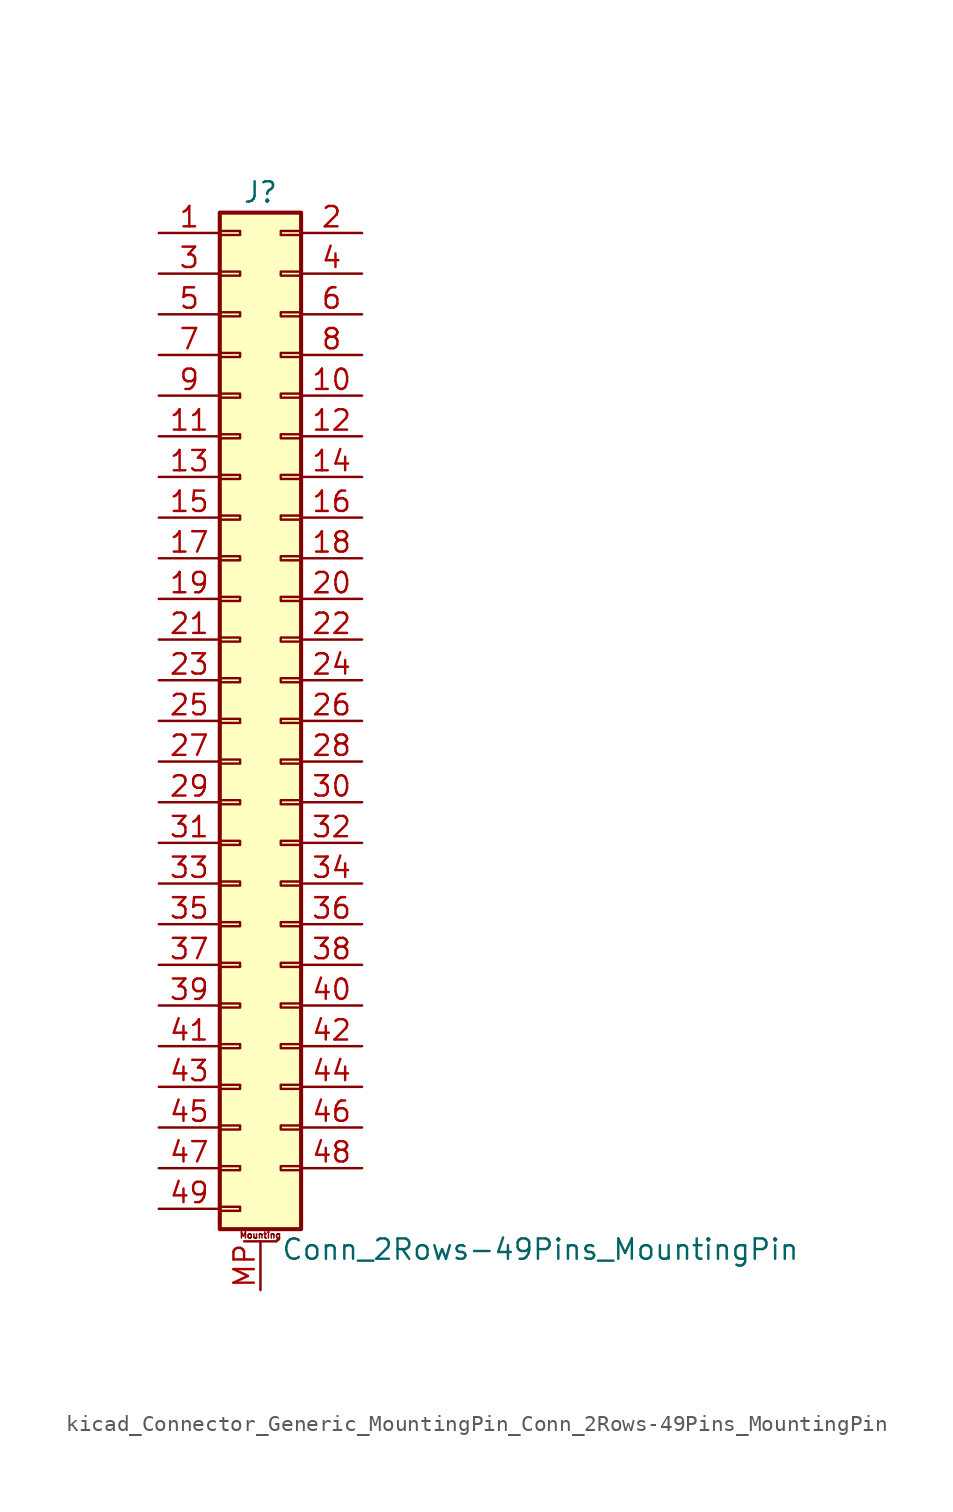
<source format=kicad_sym>
(kicad_symbol_lib
  (version 20220914)
  (generator kicad_symbol_editor)
  (symbol "kicad_Connector_Generic_MountingPin_Conn_2Rows-49Pins_MountingPin"
    (pin_names
      (offset 1.016) hide)
    (property "Reference" "J"
      (at 1.27 33.02 0)
      (effects (font (size 1.27 1.27))))
    (property "Value" "Conn_2Rows-49Pins_MountingPin"
      (at 2.54 -33.02 0)
      (effects (font (size 1.27 1.27)) (justify left)))
    (symbol "kicad_Connector_Generic_MountingPin_Conn_2Rows-49Pins_MountingPin_1_1"
      (rectangle (start -1.27 -30.353) (end 0 -30.607) (stroke (width 0.152) (type default)) (fill (type none)))
      (rectangle (start -1.27 -27.813) (end 0 -28.067) (stroke (width 0.152) (type default)) (fill (type none)))
      (rectangle (start -1.27 -25.273) (end 0 -25.527) (stroke (width 0.152) (type default)) (fill (type none)))
      (rectangle (start -1.27 -22.733) (end 0 -22.987) (stroke (width 0.152) (type default)) (fill (type none)))
      (rectangle (start -1.27 -20.193) (end 0 -20.447) (stroke (width 0.152) (type default)) (fill (type none)))
      (rectangle (start -1.27 -17.653) (end 0 -17.907) (stroke (width 0.152) (type default)) (fill (type none)))
      (rectangle (start -1.27 -15.113) (end 0 -15.367) (stroke (width 0.152) (type default)) (fill (type none)))
      (rectangle (start -1.27 -12.573) (end 0 -12.827) (stroke (width 0.152) (type default)) (fill (type none)))
      (rectangle (start -1.27 -10.033) (end 0 -10.287) (stroke (width 0.152) (type default)) (fill (type none)))
      (rectangle (start -1.27 -7.493) (end 0 -7.747) (stroke (width 0.152) (type default)) (fill (type none)))
      (rectangle (start -1.27 -4.953) (end 0 -5.207) (stroke (width 0.152) (type default)) (fill (type none)))
      (rectangle (start -1.27 -2.413) (end 0 -2.667) (stroke (width 0.152) (type default)) (fill (type none)))
      (rectangle (start -1.27 0.127) (end 0 -0.127) (stroke (width 0.152) (type default)) (fill (type none)))
      (rectangle (start -1.27 2.667) (end 0 2.413) (stroke (width 0.152) (type default)) (fill (type none)))
      (rectangle (start -1.27 5.207) (end 0 4.953) (stroke (width 0.152) (type default)) (fill (type none)))
      (rectangle (start -1.27 7.747) (end 0 7.493) (stroke (width 0.152) (type default)) (fill (type none)))
      (rectangle (start -1.27 10.287) (end 0 10.033) (stroke (width 0.152) (type default)) (fill (type none)))
      (rectangle (start -1.27 12.827) (end 0 12.573) (stroke (width 0.152) (type default)) (fill (type none)))
      (rectangle (start -1.27 15.367) (end 0 15.113) (stroke (width 0.152) (type default)) (fill (type none)))
      (rectangle (start -1.27 17.907) (end 0 17.653) (stroke (width 0.152) (type default)) (fill (type none)))
      (rectangle (start -1.27 20.447) (end 0 20.193) (stroke (width 0.152) (type default)) (fill (type none)))
      (rectangle (start -1.27 22.987) (end 0 22.733) (stroke (width 0.152) (type default)) (fill (type none)))
      (rectangle (start -1.27 25.527) (end 0 25.273) (stroke (width 0.152) (type default)) (fill (type none)))
      (rectangle (start -1.27 28.067) (end 0 27.813) (stroke (width 0.152) (type default)) (fill (type none)))
      (rectangle (start -1.27 30.607) (end 0 30.353) (stroke (width 0.152) (type default)) (fill (type none)))
      (rectangle (start -1.27 31.75) (end 3.81 -31.75) (stroke (width 0.254) (type default)) (fill (type background)))
      (polyline (pts (xy 0.254 -32.512) (xy 2.286 -32.512)) (stroke (width 0.152) (type default)) (fill (type none)))
      (rectangle (start 3.81 -27.813) (end 2.54 -28.067) (stroke (width 0.152) (type default)) (fill (type none)))
      (rectangle (start 3.81 -25.273) (end 2.54 -25.527) (stroke (width 0.152) (type default)) (fill (type none)))
      (rectangle (start 3.81 -22.733) (end 2.54 -22.987) (stroke (width 0.152) (type default)) (fill (type none)))
      (rectangle (start 3.81 -20.193) (end 2.54 -20.447) (stroke (width 0.152) (type default)) (fill (type none)))
      (rectangle (start 3.81 -17.653) (end 2.54 -17.907) (stroke (width 0.152) (type default)) (fill (type none)))
      (rectangle (start 3.81 -15.113) (end 2.54 -15.367) (stroke (width 0.152) (type default)) (fill (type none)))
      (rectangle (start 3.81 -12.573) (end 2.54 -12.827) (stroke (width 0.152) (type default)) (fill (type none)))
      (rectangle (start 3.81 -10.033) (end 2.54 -10.287) (stroke (width 0.152) (type default)) (fill (type none)))
      (rectangle (start 3.81 -7.493) (end 2.54 -7.747) (stroke (width 0.152) (type default)) (fill (type none)))
      (rectangle (start 3.81 -4.953) (end 2.54 -5.207) (stroke (width 0.152) (type default)) (fill (type none)))
      (rectangle (start 3.81 -2.413) (end 2.54 -2.667) (stroke (width 0.152) (type default)) (fill (type none)))
      (rectangle (start 3.81 0.127) (end 2.54 -0.127) (stroke (width 0.152) (type default)) (fill (type none)))
      (rectangle (start 3.81 2.667) (end 2.54 2.413) (stroke (width 0.152) (type default)) (fill (type none)))
      (rectangle (start 3.81 5.207) (end 2.54 4.953) (stroke (width 0.152) (type default)) (fill (type none)))
      (rectangle (start 3.81 7.747) (end 2.54 7.493) (stroke (width 0.152) (type default)) (fill (type none)))
      (rectangle (start 3.81 10.287) (end 2.54 10.033) (stroke (width 0.152) (type default)) (fill (type none)))
      (rectangle (start 3.81 12.827) (end 2.54 12.573) (stroke (width 0.152) (type default)) (fill (type none)))
      (rectangle (start 3.81 15.367) (end 2.54 15.113) (stroke (width 0.152) (type default)) (fill (type none)))
      (rectangle (start 3.81 17.907) (end 2.54 17.653) (stroke (width 0.152) (type default)) (fill (type none)))
      (rectangle (start 3.81 20.447) (end 2.54 20.193) (stroke (width 0.152) (type default)) (fill (type none)))
      (rectangle (start 3.81 22.987) (end 2.54 22.733) (stroke (width 0.152) (type default)) (fill (type none)))
      (rectangle (start 3.81 25.527) (end 2.54 25.273) (stroke (width 0.152) (type default)) (fill (type none)))
      (rectangle (start 3.81 28.067) (end 2.54 27.813) (stroke (width 0.152) (type default)) (fill (type none)))
      (rectangle (start 3.81 30.607) (end 2.54 30.353) (stroke (width 0.152) (type default)) (fill (type none)))
      (text "Mounting" (at 1.27 -32.131 0) (effects (font (size 0.381 0.381))))
      (pin passive line (at -5.08 30.48 0) (length 3.81) (name "Pin_1" (effects (font (size 1.27 1.27)))) (number "1" (effects (font (size 1.27 1.27)))))
      (pin passive line (at 7.62 20.32 180) (length 3.81) (name "Pin_10" (effects (font (size 1.27 1.27)))) (number "10" (effects (font (size 1.27 1.27)))))
      (pin passive line (at -5.08 17.78 0) (length 3.81) (name "Pin_11" (effects (font (size 1.27 1.27)))) (number "11" (effects (font (size 1.27 1.27)))))
      (pin passive line (at 7.62 17.78 180) (length 3.81) (name "Pin_12" (effects (font (size 1.27 1.27)))) (number "12" (effects (font (size 1.27 1.27)))))
      (pin passive line (at -5.08 15.24 0) (length 3.81) (name "Pin_13" (effects (font (size 1.27 1.27)))) (number "13" (effects (font (size 1.27 1.27)))))
      (pin passive line (at 7.62 15.24 180) (length 3.81) (name "Pin_14" (effects (font (size 1.27 1.27)))) (number "14" (effects (font (size 1.27 1.27)))))
      (pin passive line (at -5.08 12.7 0) (length 3.81) (name "Pin_15" (effects (font (size 1.27 1.27)))) (number "15" (effects (font (size 1.27 1.27)))))
      (pin passive line (at 7.62 12.7 180) (length 3.81) (name "Pin_16" (effects (font (size 1.27 1.27)))) (number "16" (effects (font (size 1.27 1.27)))))
      (pin passive line (at -5.08 10.16 0) (length 3.81) (name "Pin_17" (effects (font (size 1.27 1.27)))) (number "17" (effects (font (size 1.27 1.27)))))
      (pin passive line (at 7.62 10.16 180) (length 3.81) (name "Pin_18" (effects (font (size 1.27 1.27)))) (number "18" (effects (font (size 1.27 1.27)))))
      (pin passive line (at -5.08 7.62 0) (length 3.81) (name "Pin_19" (effects (font (size 1.27 1.27)))) (number "19" (effects (font (size 1.27 1.27)))))
      (pin passive line (at 7.62 30.48 180) (length 3.81) (name "Pin_2" (effects (font (size 1.27 1.27)))) (number "2" (effects (font (size 1.27 1.27)))))
      (pin passive line (at 7.62 7.62 180) (length 3.81) (name "Pin_20" (effects (font (size 1.27 1.27)))) (number "20" (effects (font (size 1.27 1.27)))))
      (pin passive line (at -5.08 5.08 0) (length 3.81) (name "Pin_21" (effects (font (size 1.27 1.27)))) (number "21" (effects (font (size 1.27 1.27)))))
      (pin passive line (at 7.62 5.08 180) (length 3.81) (name "Pin_22" (effects (font (size 1.27 1.27)))) (number "22" (effects (font (size 1.27 1.27)))))
      (pin passive line (at -5.08 2.54 0) (length 3.81) (name "Pin_23" (effects (font (size 1.27 1.27)))) (number "23" (effects (font (size 1.27 1.27)))))
      (pin passive line (at 7.62 2.54 180) (length 3.81) (name "Pin_24" (effects (font (size 1.27 1.27)))) (number "24" (effects (font (size 1.27 1.27)))))
      (pin passive line (at -5.08 0 0) (length 3.81) (name "Pin_25" (effects (font (size 1.27 1.27)))) (number "25" (effects (font (size 1.27 1.27)))))
      (pin passive line (at 7.62 0 180) (length 3.81) (name "Pin_26" (effects (font (size 1.27 1.27)))) (number "26" (effects (font (size 1.27 1.27)))))
      (pin passive line (at -5.08 -2.54 0) (length 3.81) (name "Pin_27" (effects (font (size 1.27 1.27)))) (number "27" (effects (font (size 1.27 1.27)))))
      (pin passive line (at 7.62 -2.54 180) (length 3.81) (name "Pin_28" (effects (font (size 1.27 1.27)))) (number "28" (effects (font (size 1.27 1.27)))))
      (pin passive line (at -5.08 -5.08 0) (length 3.81) (name "Pin_29" (effects (font (size 1.27 1.27)))) (number "29" (effects (font (size 1.27 1.27)))))
      (pin passive line (at -5.08 27.94 0) (length 3.81) (name "Pin_3" (effects (font (size 1.27 1.27)))) (number "3" (effects (font (size 1.27 1.27)))))
      (pin passive line (at 7.62 -5.08 180) (length 3.81) (name "Pin_30" (effects (font (size 1.27 1.27)))) (number "30" (effects (font (size 1.27 1.27)))))
      (pin passive line (at -5.08 -7.62 0) (length 3.81) (name "Pin_31" (effects (font (size 1.27 1.27)))) (number "31" (effects (font (size 1.27 1.27)))))
      (pin passive line (at 7.62 -7.62 180) (length 3.81) (name "Pin_32" (effects (font (size 1.27 1.27)))) (number "32" (effects (font (size 1.27 1.27)))))
      (pin passive line (at -5.08 -10.16 0) (length 3.81) (name "Pin_33" (effects (font (size 1.27 1.27)))) (number "33" (effects (font (size 1.27 1.27)))))
      (pin passive line (at 7.62 -10.16 180) (length 3.81) (name "Pin_34" (effects (font (size 1.27 1.27)))) (number "34" (effects (font (size 1.27 1.27)))))
      (pin passive line (at -5.08 -12.7 0) (length 3.81) (name "Pin_35" (effects (font (size 1.27 1.27)))) (number "35" (effects (font (size 1.27 1.27)))))
      (pin passive line (at 7.62 -12.7 180) (length 3.81) (name "Pin_36" (effects (font (size 1.27 1.27)))) (number "36" (effects (font (size 1.27 1.27)))))
      (pin passive line (at -5.08 -15.24 0) (length 3.81) (name "Pin_37" (effects (font (size 1.27 1.27)))) (number "37" (effects (font (size 1.27 1.27)))))
      (pin passive line (at 7.62 -15.24 180) (length 3.81) (name "Pin_38" (effects (font (size 1.27 1.27)))) (number "38" (effects (font (size 1.27 1.27)))))
      (pin passive line (at -5.08 -17.78 0) (length 3.81) (name "Pin_39" (effects (font (size 1.27 1.27)))) (number "39" (effects (font (size 1.27 1.27)))))
      (pin passive line (at 7.62 27.94 180) (length 3.81) (name "Pin_4" (effects (font (size 1.27 1.27)))) (number "4" (effects (font (size 1.27 1.27)))))
      (pin passive line (at 7.62 -17.78 180) (length 3.81) (name "Pin_40" (effects (font (size 1.27 1.27)))) (number "40" (effects (font (size 1.27 1.27)))))
      (pin passive line (at -5.08 -20.32 0) (length 3.81) (name "Pin_41" (effects (font (size 1.27 1.27)))) (number "41" (effects (font (size 1.27 1.27)))))
      (pin passive line (at 7.62 -20.32 180) (length 3.81) (name "Pin_42" (effects (font (size 1.27 1.27)))) (number "42" (effects (font (size 1.27 1.27)))))
      (pin passive line (at -5.08 -22.86 0) (length 3.81) (name "Pin_43" (effects (font (size 1.27 1.27)))) (number "43" (effects (font (size 1.27 1.27)))))
      (pin passive line (at 7.62 -22.86 180) (length 3.81) (name "Pin_44" (effects (font (size 1.27 1.27)))) (number "44" (effects (font (size 1.27 1.27)))))
      (pin passive line (at -5.08 -25.4 0) (length 3.81) (name "Pin_45" (effects (font (size 1.27 1.27)))) (number "45" (effects (font (size 1.27 1.27)))))
      (pin passive line (at 7.62 -25.4 180) (length 3.81) (name "Pin_46" (effects (font (size 1.27 1.27)))) (number "46" (effects (font (size 1.27 1.27)))))
      (pin passive line (at -5.08 -27.94 0) (length 3.81) (name "Pin_47" (effects (font (size 1.27 1.27)))) (number "47" (effects (font (size 1.27 1.27)))))
      (pin passive line (at 7.62 -27.94 180) (length 3.81) (name "Pin_48" (effects (font (size 1.27 1.27)))) (number "48" (effects (font (size 1.27 1.27)))))
      (pin passive line (at -5.08 -30.48 0) (length 3.81) (name "Pin_49" (effects (font (size 1.27 1.27)))) (number "49" (effects (font (size 1.27 1.27)))))
      (pin passive line (at -5.08 25.4 0) (length 3.81) (name "Pin_5" (effects (font (size 1.27 1.27)))) (number "5" (effects (font (size 1.27 1.27)))))
      (pin passive line (at 7.62 25.4 180) (length 3.81) (name "Pin_6" (effects (font (size 1.27 1.27)))) (number "6" (effects (font (size 1.27 1.27)))))
      (pin passive line (at -5.08 22.86 0) (length 3.81) (name "Pin_7" (effects (font (size 1.27 1.27)))) (number "7" (effects (font (size 1.27 1.27)))))
      (pin passive line (at 7.62 22.86 180) (length 3.81) (name "Pin_8" (effects (font (size 1.27 1.27)))) (number "8" (effects (font (size 1.27 1.27)))))
      (pin passive line (at -5.08 20.32 0) (length 3.81) (name "Pin_9" (effects (font (size 1.27 1.27)))) (number "9" (effects (font (size 1.27 1.27)))))
      (pin passive line (at 1.27 -35.56 90) (length 3.048) (name "MountPin" (effects (font (size 1.27 1.27)))) (number "MP" (effects (font (size 1.27 1.27))))))))
</source>
